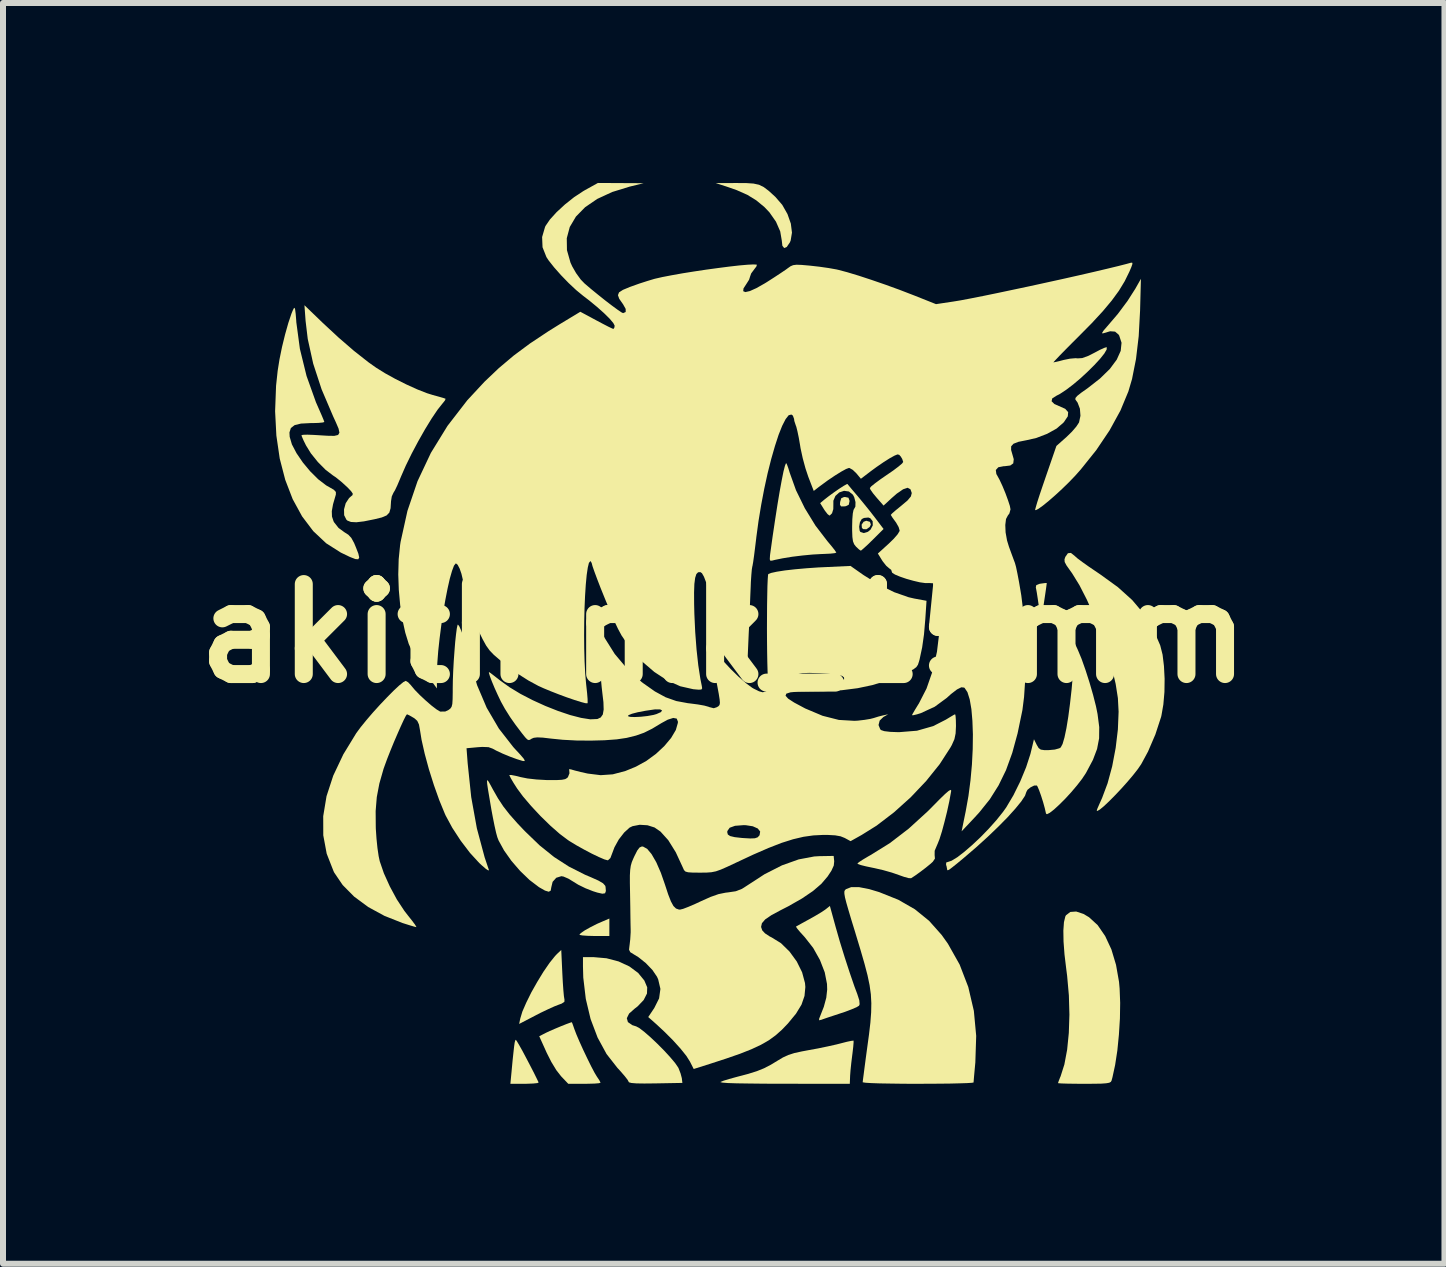
<source format=kicad_pcb>
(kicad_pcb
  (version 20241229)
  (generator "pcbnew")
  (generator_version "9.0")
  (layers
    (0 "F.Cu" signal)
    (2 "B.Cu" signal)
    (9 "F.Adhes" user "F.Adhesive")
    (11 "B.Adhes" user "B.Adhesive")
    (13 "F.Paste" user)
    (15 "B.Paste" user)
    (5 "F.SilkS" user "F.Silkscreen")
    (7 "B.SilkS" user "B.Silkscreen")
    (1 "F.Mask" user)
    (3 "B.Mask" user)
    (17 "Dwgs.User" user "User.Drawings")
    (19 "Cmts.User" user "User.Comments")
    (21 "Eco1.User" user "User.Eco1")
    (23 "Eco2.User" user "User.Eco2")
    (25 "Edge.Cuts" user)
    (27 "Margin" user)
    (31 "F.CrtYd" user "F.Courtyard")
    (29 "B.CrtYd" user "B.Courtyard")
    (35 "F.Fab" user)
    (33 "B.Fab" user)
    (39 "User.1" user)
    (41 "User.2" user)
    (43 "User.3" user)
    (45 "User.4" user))
  (footprint "akithimk_15mm"
    (layer "F.Cu")
    (at 9.014 7.508)
    (property "Reference" "akithimk_15mm" (at 0 0 0) (layer "F.SilkS") (effects (font (size 1.5 1.5) (thickness 0.3))))
    (attr board_only exclude_from_pos_files exclude_from_bom)
    (fp_poly (pts (xy 2.438 -1.859) (xy 2.453 -1.813) (xy 2.433 -1.773) (xy 2.378 -1.735) (xy 2.324 -1.738) (xy 2.304 -1.757) (xy 2.299 -1.812) (xy 2.332 -1.86) (xy 2.377 -1.877)) (stroke (width 0) (type solid)) (fill yes) (layer "F.SilkS"))
    (fp_poly (pts (xy 2.08 -2.261) (xy 2.097 -2.213) (xy 2.097 -2.2) (xy 2.085 -2.144) (xy 2.036 -2.12) (xy 2.014 -2.117) (xy 1.956 -2.116) (xy 1.938 -2.145) (xy 1.941 -2.19) (xy 1.959 -2.252) (xy 2.004 -2.272) (xy 2.024 -2.273)) (stroke (width 0) (type solid)) (fill yes) (layer "F.SilkS"))
    (fp_poly (pts (xy -1.906 4.899) (xy -1.906 5.045) (xy -2.156 5.045) (xy -2.268 5.042) (xy -2.354 5.036) (xy -2.401 5.027) (xy -2.405 5.023) (xy -2.38 4.995) (xy -2.314 4.95) (xy -2.219 4.897) (xy -2.108 4.841) (xy -2.037 4.81) (xy -1.906 4.754)) (stroke (width 0) (type solid)) (fill yes) (layer "F.SilkS"))
    (fp_poly (pts (xy 5.385 -0.84) (xy 5.382 -0.811) (xy 5.372 -0.736) (xy 5.356 -0.627) (xy 5.339 -0.513) (xy 5.29 -0.191) (xy 5.253 -0.455) (xy 5.235 -0.578) (xy 5.219 -0.682) (xy 5.206 -0.751) (xy 5.203 -0.766) (xy 5.21 -0.803) (xy 5.263 -0.825) (xy 5.286 -0.829) (xy 5.352 -0.838) (xy 5.385 -0.84)) (stroke (width 0) (type solid)) (fill yes) (layer "F.SilkS"))
    (fp_poly (pts (xy -3.447 6.8) (xy -3.408 6.866) (xy -3.354 6.962) (xy -3.292 7.079) (xy -3.226 7.205) (xy -3.162 7.329) (xy -3.107 7.441) (xy -3.085 7.487) (xy -3.107 7.497) (xy -3.175 7.504) (xy -3.276 7.508) (xy -3.315 7.509) (xy -3.556 7.509) (xy -3.537 7.311) (xy -3.519 7.119) (xy -3.504 6.978) (xy -3.493 6.88) (xy -3.484 6.819) (xy -3.475 6.787) (xy -3.467 6.776) (xy -3.465 6.775)) (stroke (width 0) (type solid)) (fill yes) (layer "F.SilkS"))
    (fp_poly (pts (xy -2.69 5.668) (xy -2.682 5.817) (xy -2.673 5.947) (xy -2.664 6.046) (xy -2.655 6.102) (xy -2.654 6.106) (xy -2.656 6.143) (xy -2.703 6.173) (xy -2.748 6.189) (xy -2.822 6.218) (xy -2.93 6.267) (xy -3.056 6.327) (xy -3.135 6.368) (xy -3.41 6.511) (xy -3.391 6.42) (xy -3.356 6.304) (xy -3.291 6.155) (xy -3.207 5.985) (xy -3.108 5.81) (xy -3.005 5.641) (xy -2.903 5.493) (xy -2.811 5.378) (xy -2.776 5.342) (xy -2.708 5.278)) (stroke (width 0) (type solid)) (fill yes) (layer "F.SilkS"))
    (fp_poly (pts (xy 0.378 -7.506) (xy 0.497 -7.498) (xy 0.589 -7.478) (xy 0.668 -7.439) (xy 0.75 -7.377) (xy 0.851 -7.285) (xy 0.86 -7.277) (xy 0.976 -7.143) (xy 1.063 -6.99) (xy 1.119 -6.831) (xy 1.138 -6.68) (xy 1.116 -6.548) (xy 1.103 -6.517) (xy 1.051 -6.441) (xy 1.008 -6.423) (xy 0.978 -6.461) (xy 0.968 -6.55) (xy 0.942 -6.701) (xy 0.871 -6.863) (xy 0.761 -7.02) (xy 0.678 -7.107) (xy 0.542 -7.219) (xy 0.394 -7.31) (xy 0.216 -7.389) (xy 0.073 -7.439) (xy -0.132 -7.506) (xy 0.215 -7.507)) (stroke (width 0) (type solid)) (fill yes) (layer "F.SilkS"))
    (fp_poly (pts (xy -2.521 6.507) (xy -2.499 6.569) (xy -2.491 6.592) (xy -2.457 6.682) (xy -2.405 6.804) (xy -2.342 6.943) (xy -2.274 7.086) (xy -2.209 7.218) (xy -2.153 7.324) (xy -2.114 7.389) (xy -2.073 7.45) (xy -2.054 7.488) (xy -2.053 7.491) (xy -2.08 7.499) (xy -2.153 7.505) (xy -2.259 7.508) (xy -2.322 7.509) (xy -2.591 7.509) (xy -2.711 7.383) (xy -2.789 7.283) (xy -2.873 7.145) (xy -2.953 6.987) (xy -2.953 6.986) (xy -3.075 6.716) (xy -2.964 6.659) (xy -2.9 6.629) (xy -2.81 6.59) (xy -2.712 6.549) (xy -2.622 6.513) (xy -2.556 6.489) (xy -2.532 6.482)) (stroke (width 0) (type solid)) (fill yes) (layer "F.SilkS"))
    (fp_poly (pts (xy 1.053 -2.819) (xy 1.076 -2.757) (xy 1.1 -2.679) (xy 1.205 -2.386) (xy 1.352 -2.086) (xy 1.53 -1.796) (xy 1.726 -1.54) (xy 1.797 -1.455) (xy 1.85 -1.388) (xy 1.876 -1.349) (xy 1.877 -1.346) (xy 1.85 -1.337) (xy 1.778 -1.329) (xy 1.673 -1.324) (xy 1.622 -1.322) (xy 1.48 -1.314) (xy 1.313 -1.298) (xy 1.141 -1.277) (xy 0.982 -1.251) (xy 0.855 -1.225) (xy 0.812 -1.214) (xy 0.779 -1.21) (xy 0.768 -1.234) (xy 0.772 -1.3) (xy 0.775 -1.325) (xy 0.816 -1.619) (xy 0.857 -1.894) (xy 0.896 -2.145) (xy 0.933 -2.366) (xy 0.967 -2.551) (xy 0.996 -2.696) (xy 1.021 -2.793) (xy 1.039 -2.838) (xy 1.04 -2.839)) (stroke (width 0) (type solid)) (fill yes) (layer "F.SilkS"))
    (fp_poly (pts (xy 2.165 6.789) (xy 2.165 6.82) (xy 2.159 6.895) (xy 2.147 6.999) (xy 2.143 7.029) (xy 2.127 7.159) (xy 2.114 7.284) (xy 2.107 7.379) (xy 2.107 7.384) (xy 2.102 7.509) (xy 1 7.508) (xy 0.68 7.507) (xy 0.419 7.504) (xy 0.216 7.501) (xy 0.069 7.496) (xy -0.021 7.489) (xy -0.055 7.481) (xy -0.053 7.478) (xy -0.002 7.457) (xy 0.089 7.429) (xy 0.202 7.398) (xy 0.228 7.391) (xy 0.41 7.343) (xy 0.553 7.298) (xy 0.672 7.25) (xy 0.786 7.191) (xy 0.89 7.128) (xy 0.987 7.07) (xy 1.076 7.029) (xy 1.175 6.997) (xy 1.302 6.969) (xy 1.414 6.948) (xy 1.573 6.919) (xy 1.736 6.885) (xy 1.879 6.853) (xy 1.95 6.835) (xy 2.051 6.809) (xy 2.127 6.793) (xy 2.164 6.789)) (stroke (width 0) (type solid)) (fill yes) (layer "F.SilkS"))
    (fp_poly (pts (xy 1.865 4.89) (xy 1.935 5.135) (xy 2.016 5.397) (xy 2.1 5.655) (xy 2.18 5.888) (xy 2.226 6.01) (xy 2.26 6.116) (xy 2.266 6.182) (xy 2.256 6.207) (xy 2.215 6.232) (xy 2.133 6.267) (xy 2.023 6.309) (xy 1.956 6.331) (xy 1.832 6.372) (xy 1.726 6.407) (xy 1.651 6.433) (xy 1.63 6.441) (xy 1.59 6.45) (xy 1.592 6.42) (xy 1.598 6.406) (xy 1.669 6.225) (xy 1.71 6.074) (xy 1.725 5.938) (xy 1.722 5.844) (xy 1.684 5.65) (xy 1.604 5.444) (xy 1.491 5.243) (xy 1.353 5.067) (xy 1.346 5.059) (xy 1.275 4.981) (xy 1.225 4.921) (xy 1.205 4.89) (xy 1.205 4.888) (xy 1.235 4.871) (xy 1.303 4.833) (xy 1.396 4.782) (xy 1.422 4.768) (xy 1.53 4.707) (xy 1.627 4.649) (xy 1.693 4.605) (xy 1.698 4.601) (xy 1.77 4.544)) (stroke (width 0) (type solid)) (fill yes) (layer "F.SilkS"))
    (fp_poly (pts (xy 3.792 2.618) (xy 3.791 2.634) (xy 3.761 2.798) (xy 3.723 2.973) (xy 3.68 3.145) (xy 3.638 3.301) (xy 3.598 3.428) (xy 3.565 3.511) (xy 3.563 3.515) (xy 3.517 3.624) (xy 3.516 3.701) (xy 3.517 3.704) (xy 3.521 3.755) (xy 3.486 3.807) (xy 3.449 3.841) (xy 3.368 3.907) (xy 3.276 3.977) (xy 3.191 4.038) (xy 3.13 4.078) (xy 3.124 4.082) (xy 3.083 4.08) (xy 3.006 4.059) (xy 2.918 4.028) (xy 2.803 3.988) (xy 2.658 3.947) (xy 2.511 3.913) (xy 2.486 3.908) (xy 2.372 3.884) (xy 2.284 3.862) (xy 2.235 3.844) (xy 2.229 3.838) (xy 2.253 3.815) (xy 2.317 3.773) (xy 2.409 3.718) (xy 2.45 3.695) (xy 2.769 3.497) (xy 3.082 3.257) (xy 3.398 2.969) (xy 3.479 2.888) (xy 3.602 2.763) (xy 3.69 2.678) (xy 3.748 2.628) (xy 3.78 2.609)) (stroke (width 0) (type solid)) (fill yes) (layer "F.SilkS"))
    (fp_poly (pts (xy 5.997 4.677) (xy 6.09 4.732) (xy 6.234 4.864) (xy 6.359 5.046) (xy 6.463 5.269) (xy 6.54 5.526) (xy 6.59 5.81) (xy 6.6 5.922) (xy 6.609 6.159) (xy 6.605 6.42) (xy 6.588 6.69) (xy 6.562 6.954) (xy 6.525 7.195) (xy 6.481 7.398) (xy 6.465 7.457) (xy 6.453 7.477) (xy 6.427 7.491) (xy 6.377 7.5) (xy 6.294 7.506) (xy 6.17 7.508) (xy 6.011 7.509) (xy 5.858 7.508) (xy 5.728 7.506) (xy 5.632 7.503) (xy 5.58 7.499) (xy 5.573 7.497) (xy 5.583 7.466) (xy 5.608 7.402) (xy 5.616 7.384) (xy 5.679 7.186) (xy 5.725 6.941) (xy 5.753 6.661) (xy 5.763 6.356) (xy 5.754 6.035) (xy 5.725 5.71) (xy 5.71 5.593) (xy 5.681 5.352) (xy 5.665 5.137) (xy 5.662 4.955) (xy 5.672 4.814) (xy 5.695 4.719) (xy 5.706 4.699) (xy 5.778 4.644) (xy 5.876 4.637)) (stroke (width 0) (type solid)) (fill yes) (layer "F.SilkS"))
    (fp_poly (pts (xy -1.954 5.416) (xy -1.752 5.469) (xy -1.573 5.552) (xy -1.427 5.66) (xy -1.323 5.787) (xy -1.275 5.901) (xy -1.279 6.004) (xy -1.334 6.112) (xy -1.435 6.218) (xy -1.483 6.255) (xy -1.577 6.338) (xy -1.615 6.415) (xy -1.597 6.48) (xy -1.524 6.531) (xy -1.458 6.552) (xy -1.403 6.582) (xy -1.319 6.647) (xy -1.216 6.737) (xy -1.104 6.843) (xy -0.993 6.955) (xy -0.892 7.065) (xy -0.811 7.161) (xy -0.76 7.235) (xy -0.753 7.248) (xy -0.719 7.336) (xy -0.698 7.415) (xy -0.697 7.424) (xy -0.689 7.494) (xy -1.137 7.502) (xy -1.323 7.504) (xy -1.455 7.502) (xy -1.539 7.495) (xy -1.579 7.484) (xy -1.584 7.476) (xy -1.603 7.441) (xy -1.654 7.376) (xy -1.728 7.291) (xy -1.773 7.242) (xy -1.953 7.012) (xy -2.102 6.738) (xy -2.219 6.429) (xy -2.299 6.093) (xy -2.341 5.738) (xy -2.346 5.552) (xy -2.346 5.397) (xy -2.172 5.397)) (stroke (width 0) (type solid)) (fill yes) (layer "F.SilkS"))
    (fp_poly (pts (xy -3.92 2.47) (xy -3.89 2.523) (xy -3.849 2.599) (xy -3.763 2.75) (xy -3.674 2.885) (xy -3.57 3.018) (xy -3.441 3.164) (xy -3.317 3.295) (xy -3.069 3.534) (xy -2.828 3.728) (xy -2.58 3.888) (xy -2.311 4.024) (xy -2.214 4.065) (xy -2.089 4.121) (xy -2.012 4.166) (xy -1.976 4.206) (xy -1.97 4.223) (xy -1.964 4.295) (xy -1.978 4.333) (xy -2.023 4.34) (xy -2.107 4.321) (xy -2.177 4.299) (xy -2.302 4.25) (xy -2.425 4.19) (xy -2.504 4.141) (xy -2.591 4.088) (xy -2.671 4.054) (xy -2.706 4.048) (xy -2.791 4.074) (xy -2.852 4.142) (xy -2.874 4.233) (xy -2.884 4.289) (xy -2.916 4.307) (xy -2.979 4.288) (xy -3.079 4.231) (xy -3.083 4.228) (xy -3.237 4.111) (xy -3.393 3.961) (xy -3.539 3.792) (xy -3.662 3.618) (xy -3.752 3.454) (xy -3.774 3.397) (xy -3.794 3.324) (xy -3.82 3.209) (xy -3.848 3.069) (xy -3.872 2.941) (xy -3.905 2.745) (xy -3.929 2.603) (xy -3.943 2.508) (xy -3.946 2.458) (xy -3.939 2.447)) (stroke (width 0) (type solid)) (fill yes) (layer "F.SilkS"))
    (fp_poly (pts (xy 2.424 4.263) (xy 2.591 4.313) (xy 2.911 4.441) (xy 3.186 4.599) (xy 3.424 4.792) (xy 3.633 5.027) (xy 3.737 5.173) (xy 3.933 5.521) (xy 4.077 5.895) (xy 4.17 6.293) (xy 4.209 6.71) (xy 4.195 7.143) (xy 4.195 7.149) (xy 4.183 7.28) (xy 4.173 7.389) (xy 4.167 7.462) (xy 4.165 7.487) (xy 4.137 7.492) (xy 4.057 7.497) (xy 3.932 7.501) (xy 3.77 7.505) (xy 3.577 7.507) (xy 3.361 7.508) (xy 3.241 7.509) (xy 2.997 7.508) (xy 2.781 7.505) (xy 2.6 7.502) (xy 2.459 7.497) (xy 2.364 7.491) (xy 2.319 7.484) (xy 2.317 7.482) (xy 2.321 7.445) (xy 2.332 7.361) (xy 2.348 7.237) (xy 2.368 7.085) (xy 2.39 6.922) (xy 2.422 6.688) (xy 2.445 6.49) (xy 2.458 6.319) (xy 2.461 6.165) (xy 2.453 6.017) (xy 2.432 5.865) (xy 2.397 5.698) (xy 2.347 5.507) (xy 2.282 5.282) (xy 2.2 5.011) (xy 2.194 4.99) (xy 2.128 4.776) (xy 2.079 4.611) (xy 2.044 4.489) (xy 2.022 4.402) (xy 2.012 4.343) (xy 2.011 4.305) (xy 2.02 4.282) (xy 2.035 4.267) (xy 2.039 4.264) (xy 2.126 4.23) (xy 2.254 4.23)) (stroke (width 0) (type solid)) (fill yes) (layer "F.SilkS"))
    (fp_poly (pts (xy 5.852 -1.29) (xy 5.854 -1.288) (xy 5.897 -1.25) (xy 5.98 -1.188) (xy 6.091 -1.109) (xy 6.221 -1.021) (xy 6.277 -0.983) (xy 6.57 -0.771) (xy 6.81 -0.555) (xy 7.003 -0.327) (xy 7.156 -0.079) (xy 7.274 0.194) (xy 7.278 0.205) (xy 7.316 0.355) (xy 7.339 0.545) (xy 7.35 0.758) (xy 7.347 0.977) (xy 7.329 1.185) (xy 7.298 1.364) (xy 7.292 1.391) (xy 7.196 1.685) (xy 7.073 1.971) (xy 6.96 2.18) (xy 6.903 2.263) (xy 6.824 2.364) (xy 6.73 2.475) (xy 6.628 2.589) (xy 6.523 2.7) (xy 6.425 2.799) (xy 6.338 2.881) (xy 6.27 2.937) (xy 6.228 2.961) (xy 6.218 2.953) (xy 6.229 2.922) (xy 6.259 2.853) (xy 6.301 2.759) (xy 6.307 2.746) (xy 6.399 2.5) (xy 6.476 2.216) (xy 6.534 1.91) (xy 6.571 1.601) (xy 6.583 1.306) (xy 6.571 1.079) (xy 6.534 0.843) (xy 6.471 0.575) (xy 6.387 0.289) (xy 6.286 -0.005) (xy 6.173 -0.293) (xy 6.053 -0.563) (xy 5.93 -0.803) (xy 5.808 -1.001) (xy 5.775 -1.047) (xy 5.714 -1.133) (xy 5.684 -1.19) (xy 5.681 -1.234) (xy 5.695 -1.275) (xy 5.738 -1.336) (xy 5.788 -1.341)) (stroke (width 0) (type solid)) (fill yes) (layer "F.SilkS"))
    (fp_poly (pts (xy 6.941 -5.382) (xy 6.918 -4.954) (xy 6.873 -4.573) (xy 6.807 -4.24) (xy 6.746 -4.033) (xy 6.614 -3.715) (xy 6.433 -3.385) (xy 6.211 -3.055) (xy 5.953 -2.733) (xy 5.857 -2.625) (xy 5.753 -2.517) (xy 5.64 -2.407) (xy 5.526 -2.302) (xy 5.417 -2.207) (xy 5.322 -2.13) (xy 5.248 -2.077) (xy 5.202 -2.053) (xy 5.191 -2.059) (xy 5.201 -2.098) (xy 5.226 -2.184) (xy 5.265 -2.305) (xy 5.315 -2.453) (xy 5.369 -2.611) (xy 5.546 -3.124) (xy 5.717 -3.276) (xy 5.805 -3.362) (xy 5.878 -3.447) (xy 5.922 -3.514) (xy 5.924 -3.519) (xy 5.947 -3.627) (xy 5.938 -3.745) (xy 5.9 -3.845) (xy 5.881 -3.872) (xy 5.862 -3.898) (xy 5.864 -3.924) (xy 5.894 -3.959) (xy 5.958 -4.01) (xy 6.063 -4.084) (xy 6.272 -4.247) (xy 6.436 -4.407) (xy 6.552 -4.563) (xy 6.618 -4.709) (xy 6.632 -4.844) (xy 6.593 -4.964) (xy 6.581 -4.982) (xy 6.524 -5.03) (xy 6.442 -5.036) (xy 6.326 -5.002) (xy 6.321 -5) (xy 6.306 -5.005) (xy 6.331 -5.046) (xy 6.393 -5.118) (xy 6.395 -5.12) (xy 6.571 -5.326) (xy 6.732 -5.542) (xy 6.863 -5.747) (xy 6.865 -5.751) (xy 6.955 -5.91)) (stroke (width 0) (type solid)) (fill yes) (layer "F.SilkS"))
    (fp_poly (pts (xy 2.084 -2.464) (xy 2.134 -2.404) (xy 2.204 -2.322) (xy 2.233 -2.288) (xy 2.331 -2.169) (xy 2.437 -2.038) (xy 2.527 -1.922) (xy 2.53 -1.918) (xy 2.665 -1.74) (xy 2.483 -1.559) (xy 2.4 -1.478) (xy 2.332 -1.416) (xy 2.292 -1.382) (xy 2.285 -1.379) (xy 2.256 -1.398) (xy 2.207 -1.444) (xy 2.205 -1.446) (xy 2.174 -1.486) (xy 2.155 -1.535) (xy 2.145 -1.607) (xy 2.141 -1.717) (xy 2.141 -1.778) (xy 2.258 -1.778) (xy 2.266 -1.712) (xy 2.278 -1.691) (xy 2.334 -1.672) (xy 2.404 -1.693) (xy 2.447 -1.728) (xy 2.485 -1.8) (xy 2.483 -1.87) (xy 2.444 -1.919) (xy 2.411 -1.931) (xy 2.339 -1.924) (xy 2.301 -1.905) (xy 2.271 -1.853) (xy 2.258 -1.778) (xy 2.141 -1.778) (xy 2.141 -1.782) (xy 2.144 -1.902) (xy 2.152 -1.998) (xy 2.164 -2.057) (xy 2.17 -2.068) (xy 2.195 -2.113) (xy 2.197 -2.188) (xy 2.176 -2.269) (xy 2.154 -2.311) (xy 2.087 -2.365) (xy 2.006 -2.376) (xy 1.926 -2.349) (xy 1.862 -2.291) (xy 1.828 -2.211) (xy 1.828 -2.156) (xy 1.827 -2.071) (xy 1.806 -2.002) (xy 1.77 -1.966) (xy 1.761 -1.965) (xy 1.731 -1.988) (xy 1.687 -2.045) (xy 1.672 -2.068) (xy 1.608 -2.171) (xy 1.676 -2.228) (xy 1.749 -2.285) (xy 1.835 -2.348) (xy 1.923 -2.409) (xy 1.999 -2.458) (xy 2.049 -2.486) (xy 2.063 -2.49)) (stroke (width 0) (type solid)) (fill yes) (layer "F.SilkS"))
    (fp_poly (pts (xy -7.144 -5.398) (xy -7.135 -5.326) (xy -7.125 -5.203) (xy -7.125 -5.191) (xy -7.065 -4.743) (xy -6.954 -4.291) (xy -6.797 -3.852) (xy -6.747 -3.738) (xy -6.704 -3.64) (xy -6.672 -3.564) (xy -6.658 -3.525) (xy -6.658 -3.523) (xy -6.685 -3.515) (xy -6.757 -3.508) (xy -6.859 -3.505) (xy -6.89 -3.505) (xy -7.047 -3.497) (xy -7.153 -3.471) (xy -7.215 -3.423) (xy -7.239 -3.349) (xy -7.235 -3.276) (xy -7.198 -3.15) (xy -7.121 -3.003) (xy -7.016 -2.849) (xy -6.892 -2.7) (xy -6.759 -2.568) (xy -6.627 -2.467) (xy -6.574 -2.437) (xy -6.498 -2.393) (xy -6.465 -2.357) (xy -6.465 -2.316) (xy -6.467 -2.308) (xy -6.512 -2.153) (xy -6.533 -2.037) (xy -6.53 -1.947) (xy -6.504 -1.869) (xy -6.496 -1.853) (xy -6.42 -1.757) (xy -6.323 -1.686) (xy -6.257 -1.644) (xy -6.207 -1.59) (xy -6.161 -1.506) (xy -6.129 -1.429) (xy -6.09 -1.328) (xy -6.076 -1.264) (xy -6.092 -1.235) (xy -6.143 -1.239) (xy -6.234 -1.275) (xy -6.371 -1.341) (xy -6.385 -1.348) (xy -6.627 -1.502) (xy -6.842 -1.704) (xy -7.028 -1.95) (xy -7.185 -2.237) (xy -7.309 -2.559) (xy -7.401 -2.914) (xy -7.457 -3.297) (xy -7.478 -3.703) (xy -7.462 -4.128) (xy -7.435 -4.379) (xy -7.405 -4.567) (xy -7.363 -4.773) (xy -7.312 -4.981) (xy -7.258 -5.173) (xy -7.205 -5.331) (xy -7.184 -5.382) (xy -7.166 -5.419) (xy -7.153 -5.427)) (stroke (width 0) (type solid)) (fill yes) (layer "F.SilkS"))
    (fp_poly (pts (xy -6.684 -5.176) (xy -6.419 -4.93) (xy -6.162 -4.708) (xy -5.923 -4.52) (xy -5.793 -4.428) (xy -5.647 -4.337) (xy -5.473 -4.241) (xy -5.287 -4.148) (xy -5.106 -4.066) (xy -4.945 -4.003) (xy -4.852 -3.974) (xy -4.75 -3.946) (xy -4.674 -3.924) (xy -4.637 -3.911) (xy -4.637 -3.91) (xy -4.645 -3.885) (xy -4.683 -3.837) (xy -4.685 -3.835) (xy -4.769 -3.729) (xy -4.869 -3.581) (xy -4.978 -3.403) (xy -5.091 -3.204) (xy -5.2 -2.999) (xy -5.299 -2.797) (xy -5.38 -2.612) (xy -5.399 -2.566) (xy -5.441 -2.467) (xy -5.48 -2.385) (xy -5.505 -2.344) (xy -5.533 -2.283) (xy -5.546 -2.201) (xy -5.546 -2.197) (xy -5.553 -2.086) (xy -5.574 -2.013) (xy -5.619 -1.966) (xy -5.7 -1.932) (xy -5.823 -1.902) (xy -5.997 -1.867) (xy -6.124 -1.852) (xy -6.214 -1.857) (xy -6.273 -1.88) (xy -6.289 -1.894) (xy -6.327 -1.969) (xy -6.329 -2.068) (xy -6.301 -2.17) (xy -6.245 -2.255) (xy -6.216 -2.281) (xy -6.187 -2.305) (xy -6.184 -2.331) (xy -6.212 -2.371) (xy -6.276 -2.438) (xy -6.284 -2.445) (xy -6.373 -2.526) (xy -6.466 -2.601) (xy -6.514 -2.633) (xy -6.637 -2.727) (xy -6.765 -2.856) (xy -6.881 -3) (xy -6.963 -3.133) (xy -7.005 -3.218) (xy -7.032 -3.281) (xy -7.039 -3.303) (xy -7.012 -3.31) (xy -6.939 -3.312) (xy -6.834 -3.308) (xy -6.768 -3.304) (xy -6.604 -3.294) (xy -6.492 -3.292) (xy -6.428 -3.307) (xy -6.406 -3.345) (xy -6.42 -3.413) (xy -6.465 -3.518) (xy -6.511 -3.618) (xy -6.703 -4.068) (xy -6.843 -4.496) (xy -6.934 -4.908) (xy -6.97 -5.21) (xy -6.989 -5.47)) (stroke (width 0) (type solid)) (fill yes) (layer "F.SilkS"))
    (fp_poly (pts (xy 5.905 0.279) (xy 5.966 0.426) (xy 6.032 0.613) (xy 6.098 0.819) (xy 6.158 1.027) (xy 6.206 1.216) (xy 6.232 1.345) (xy 6.26 1.562) (xy 6.258 1.75) (xy 6.224 1.927) (xy 6.155 2.109) (xy 6.046 2.314) (xy 6.036 2.332) (xy 5.972 2.428) (xy 5.889 2.535) (xy 5.794 2.647) (xy 5.694 2.756) (xy 5.596 2.854) (xy 5.508 2.935) (xy 5.436 2.991) (xy 5.389 3.015) (xy 5.373 3.005) (xy 5.353 2.917) (xy 5.324 2.812) (xy 5.29 2.705) (xy 5.257 2.613) (xy 5.23 2.551) (xy 5.219 2.536) (xy 5.175 2.537) (xy 5.115 2.567) (xy 5.064 2.608) (xy 5.045 2.644) (xy 5.023 2.707) (xy 4.96 2.802) (xy 4.861 2.923) (xy 4.732 3.066) (xy 4.576 3.224) (xy 4.4 3.393) (xy 4.207 3.568) (xy 4.004 3.742) (xy 3.887 3.839) (xy 3.808 3.902) (xy 3.76 3.938) (xy 3.735 3.95) (xy 3.726 3.944) (xy 3.725 3.936) (xy 3.715 3.883) (xy 3.707 3.859) (xy 3.709 3.82) (xy 3.73 3.813) (xy 3.797 3.791) (xy 3.894 3.732) (xy 4.012 3.641) (xy 4.144 3.527) (xy 4.282 3.397) (xy 4.418 3.257) (xy 4.545 3.115) (xy 4.654 2.979) (xy 4.709 2.902) (xy 4.829 2.7) (xy 4.943 2.469) (xy 5.041 2.232) (xy 5.113 2.01) (xy 5.124 1.965) (xy 5.172 1.765) (xy 5.218 1.858) (xy 5.25 1.912) (xy 5.286 1.938) (xy 5.347 1.947) (xy 5.422 1.946) (xy 5.52 1.937) (xy 5.595 1.916) (xy 5.618 1.902) (xy 5.649 1.844) (xy 5.681 1.734) (xy 5.713 1.581) (xy 5.744 1.391) (xy 5.773 1.171) (xy 5.8 0.93) (xy 5.822 0.674) (xy 5.84 0.411) (xy 5.845 0.308) (xy 5.851 0.161)) (stroke (width 0) (type solid)) (fill yes) (layer "F.SilkS"))
    (fp_poly (pts (xy -1.345 3.554) (xy -1.276 3.592) (xy -1.202 3.681) (xy -1.124 3.816) (xy -1.048 3.99) (xy -0.981 4.182) (xy -0.926 4.35) (xy -0.88 4.468) (xy -0.838 4.545) (xy -0.795 4.587) (xy -0.747 4.604) (xy -0.728 4.605) (xy -0.678 4.593) (xy -0.589 4.559) (xy -0.475 4.51) (xy -0.385 4.468) (xy -0.22 4.394) (xy -0.087 4.347) (xy 0.03 4.323) (xy 0.073 4.318) (xy 0.201 4.299) (xy 0.304 4.259) (xy 0.381 4.21) (xy 0.681 4.015) (xy 0.972 3.867) (xy 1.25 3.768) (xy 1.51 3.719) (xy 1.598 3.714) (xy 1.833 3.71) (xy 1.842 3.799) (xy 1.835 3.87) (xy 1.796 3.956) (xy 1.732 4.053) (xy 1.627 4.176) (xy 1.487 4.296) (xy 1.306 4.419) (xy 1.078 4.549) (xy 0.945 4.617) (xy 0.793 4.699) (xy 0.691 4.769) (xy 0.637 4.832) (xy 0.623 4.894) (xy 0.643 4.952) (xy 0.689 5.001) (xy 0.766 5.052) (xy 0.8 5.069) (xy 0.955 5.165) (xy 1.097 5.304) (xy 1.218 5.47) (xy 1.307 5.65) (xy 1.355 5.828) (xy 1.361 5.895) (xy 1.347 6.044) (xy 1.297 6.189) (xy 1.205 6.34) (xy 1.07 6.504) (xy 0.968 6.61) (xy 0.864 6.702) (xy 0.751 6.784) (xy 0.62 6.859) (xy 0.464 6.932) (xy 0.275 7.007) (xy 0.045 7.087) (xy -0.228 7.176) (xy -0.5 7.262) (xy -0.563 7.138) (xy -0.623 7.043) (xy -0.721 6.921) (xy -0.846 6.783) (xy -0.991 6.638) (xy -1.12 6.518) (xy -1.258 6.396) (xy -1.157 6.245) (xy -1.077 6.085) (xy -1.055 5.927) (xy -1.092 5.769) (xy -1.112 5.724) (xy -1.188 5.612) (xy -1.298 5.497) (xy -1.422 5.398) (xy -1.497 5.352) (xy -1.557 5.315) (xy -1.578 5.274) (xy -1.57 5.202) (xy -1.569 5.197) (xy -1.558 5.101) (xy -1.551 4.984) (xy -1.551 4.935) (xy -1.553 4.85) (xy -1.555 4.721) (xy -1.557 4.565) (xy -1.56 4.395) (xy -1.561 4.334) (xy -1.564 4.161) (xy -1.564 4.035) (xy -1.559 3.944) (xy -1.549 3.874) (xy -1.532 3.814) (xy -1.506 3.752) (xy -1.489 3.715) (xy -1.441 3.62) (xy -1.403 3.57) (xy -1.366 3.553)) (stroke (width 0) (type solid)) (fill yes) (layer "F.SilkS"))
    (fp_poly (pts (xy -4.409 -0.12) (xy -4.376 -0.047) (xy -4.337 0.061) (xy -4.296 0.192) (xy -4.257 0.337) (xy -4.225 0.469) (xy -4.111 0.864) (xy -3.951 1.24) (xy -3.748 1.587) (xy -3.508 1.895) (xy -3.479 1.927) (xy -3.389 2.024) (xy -3.336 2.086) (xy -3.316 2.119) (xy -3.325 2.13) (xy -3.359 2.125) (xy -3.361 2.124) (xy -3.448 2.097) (xy -3.563 2.055) (xy -3.684 2.005) (xy -3.789 1.956) (xy -3.854 1.921) (xy -3.921 1.897) (xy -4.026 1.893) (xy -4.101 1.898) (xy -4.287 1.915) (xy -4.268 2.167) (xy -4.209 2.729) (xy -4.115 3.249) (xy -3.985 3.734) (xy -3.914 3.945) (xy -3.923 3.953) (xy -3.966 3.925) (xy -4.034 3.866) (xy -4.075 3.828) (xy -4.229 3.66) (xy -4.383 3.458) (xy -4.524 3.242) (xy -4.636 3.035) (xy -4.649 3.006) (xy -4.741 2.782) (xy -4.831 2.529) (xy -4.914 2.266) (xy -4.984 2.008) (xy -5.037 1.773) (xy -5.062 1.618) (xy -5.08 1.519) (xy -5.108 1.459) (xy -5.157 1.415) (xy -5.174 1.405) (xy -5.238 1.368) (xy -5.277 1.35) (xy -5.28 1.349) (xy -5.299 1.375) (xy -5.334 1.444) (xy -5.382 1.548) (xy -5.438 1.675) (xy -5.498 1.814) (xy -5.556 1.956) (xy -5.609 2.09) (xy -5.651 2.205) (xy -5.67 2.258) (xy -5.74 2.503) (xy -5.783 2.729) (xy -5.802 2.962) (xy -5.8 3.224) (xy -5.799 3.26) (xy -5.788 3.42) (xy -5.772 3.578) (xy -5.752 3.714) (xy -5.734 3.798) (xy -5.665 3.999) (xy -5.566 4.218) (xy -5.449 4.435) (xy -5.324 4.625) (xy -5.266 4.7) (xy -5.196 4.788) (xy -5.146 4.855) (xy -5.124 4.892) (xy -5.125 4.897) (xy -5.162 4.888) (xy -5.239 4.865) (xy -5.34 4.833) (xy -5.353 4.829) (xy -5.654 4.71) (xy -5.926 4.562) (xy -6.161 4.388) (xy -6.352 4.195) (xy -6.493 3.987) (xy -6.504 3.964) (xy -6.618 3.673) (xy -6.675 3.367) (xy -6.676 3.047) (xy -6.621 2.715) (xy -6.509 2.372) (xy -6.341 2.017) (xy -6.125 1.663) (xy -6.051 1.563) (xy -5.955 1.445) (xy -5.846 1.318) (xy -5.729 1.189) (xy -5.612 1.066) (xy -5.504 0.957) (xy -5.411 0.87) (xy -5.34 0.812) (xy -5.301 0.792) (xy -5.261 0.815) (xy -5.211 0.868) (xy -5.206 0.875) (xy -5.147 0.945) (xy -5.063 1.031) (xy -4.965 1.122) (xy -4.869 1.205) (xy -4.785 1.269) (xy -4.728 1.303) (xy -4.724 1.304) (xy -4.642 1.303) (xy -4.589 1.278) (xy -4.557 1.254) (xy -4.536 1.224) (xy -4.524 1.177) (xy -4.519 1.099) (xy -4.517 0.98) (xy -4.517 0.916) (xy -4.515 0.78) (xy -4.509 0.625) (xy -4.5 0.461) (xy -4.488 0.297) (xy -4.476 0.145) (xy -4.462 0.015) (xy -4.449 -0.083) (xy -4.437 -0.138) (xy -4.431 -0.147)) (stroke (width 0) (type solid)) (fill yes) (layer "F.SilkS"))
    (fp_poly (pts (xy 2.332 -0.971) (xy 2.588 -0.811) (xy 2.843 -0.686) (xy 3.083 -0.602) (xy 3.179 -0.58) (xy 3.381 -0.543) (xy 3.361 -0.241) (xy 3.339 0.017) (xy 3.308 0.235) (xy 3.265 0.436) (xy 3.255 0.471) (xy 3.238 0.523) (xy 3.211 0.563) (xy 3.163 0.599) (xy 3.083 0.64) (xy 2.969 0.69) (xy 2.72 0.788) (xy 2.48 0.862) (xy 2.234 0.914) (xy 1.968 0.948) (xy 1.669 0.965) (xy 1.425 0.968) (xy 1.241 0.971) (xy 1.113 0.983) (xy 1.044 1.005) (xy 1.031 1.04) (xy 1.074 1.088) (xy 1.174 1.153) (xy 1.329 1.236) (xy 1.359 1.252) (xy 1.648 1.374) (xy 1.92 1.443) (xy 2.179 1.458) (xy 2.235 1.455) (xy 2.347 1.442) (xy 2.444 1.426) (xy 2.499 1.412) (xy 2.579 1.387) (xy 2.654 1.368) (xy 2.742 1.349) (xy 2.662 1.394) (xy 2.6 1.454) (xy 2.581 1.528) (xy 2.609 1.598) (xy 2.623 1.612) (xy 2.676 1.63) (xy 2.775 1.642) (xy 2.911 1.647) (xy 2.924 1.647) (xy 3.222 1.623) (xy 3.492 1.546) (xy 3.704 1.438) (xy 3.783 1.39) (xy 3.839 1.357) (xy 3.858 1.349) (xy 3.865 1.376) (xy 3.87 1.446) (xy 3.872 1.545) (xy 3.872 1.545) (xy 3.866 1.668) (xy 3.846 1.764) (xy 3.802 1.863) (xy 3.779 1.904) (xy 3.6 2.181) (xy 3.375 2.461) (xy 3.117 2.733) (xy 2.838 2.984) (xy 2.549 3.205) (xy 2.299 3.361) (xy 2.115 3.464) (xy 2.018 3.411) (xy 1.948 3.383) (xy 1.858 3.367) (xy 1.731 3.36) (xy 1.657 3.36) (xy 1.495 3.368) (xy 1.331 3.391) (xy 1.157 3.432) (xy 0.964 3.493) (xy 0.746 3.578) (xy 0.493 3.688) (xy 0.2 3.825) (xy 0.057 3.892) (xy -0.048 3.938) (xy -0.13 3.967) (xy -0.205 3.982) (xy -0.287 3.988) (xy -0.392 3.989) (xy -0.395 3.989) (xy -0.517 3.988) (xy -0.593 3.983) (xy -0.637 3.971) (xy -0.662 3.946) (xy -0.679 3.908) (xy -0.799 3.649) (xy -0.924 3.448) (xy -1.044 3.315) (xy 0.059 3.315) (xy 0.069 3.353) (xy 0.107 3.379) (xy 0.183 3.397) (xy 0.306 3.411) (xy 0.323 3.412) (xy 0.443 3.419) (xy 0.52 3.416) (xy 0.566 3.4) (xy 0.595 3.369) (xy 0.598 3.364) (xy 0.608 3.304) (xy 0.568 3.253) (xy 0.485 3.216) (xy 0.369 3.198) (xy 0.332 3.197) (xy 0.189 3.208) (xy 0.1 3.24) (xy 0.061 3.295) (xy 0.059 3.315) (xy -1.044 3.315) (xy -1.053 3.305) (xy -1.153 3.236) (xy -1.27 3.199) (xy -1.4 3.191) (xy -1.519 3.214) (xy -1.569 3.238) (xy -1.659 3.32) (xy -1.749 3.436) (xy -1.821 3.566) (xy -1.856 3.659) (xy -1.889 3.746) (xy -1.928 3.782) (xy -1.935 3.783) (xy -1.989 3.768) (xy -2.08 3.729) (xy -2.197 3.673) (xy -2.326 3.605) (xy -2.455 3.533) (xy -2.572 3.462) (xy -2.596 3.446) (xy -2.733 3.343) (xy -2.89 3.205) (xy -3.053 3.046) (xy -3.21 2.878) (xy -3.347 2.717) (xy -3.443 2.587) (xy -3.505 2.49) (xy -3.55 2.413) (xy -3.572 2.368) (xy -3.573 2.361) (xy -3.541 2.361) (xy -3.469 2.375) (xy -3.386 2.396) (xy -3.27 2.419) (xy -3.119 2.436) (xy -2.96 2.445) (xy -2.923 2.446) (xy -2.787 2.446) (xy -2.698 2.441) (xy -2.642 2.43) (xy -2.609 2.41) (xy -2.596 2.395) (xy -2.571 2.333) (xy -2.574 2.294) (xy -2.577 2.263) (xy -2.54 2.269) (xy -2.535 2.271) (xy -2.479 2.287) (xy -2.385 2.311) (xy -2.273 2.336) (xy -2.261 2.338) (xy -2.051 2.364) (xy -1.849 2.35) (xy -1.638 2.294) (xy -1.463 2.222) (xy -1.292 2.128) (xy -1.132 2.011) (xy -0.991 1.88) (xy -0.877 1.744) (xy -0.798 1.611) (xy -0.764 1.492) (xy -0.763 1.472) (xy -0.783 1.421) (xy -0.841 1.41) (xy -0.933 1.439) (xy -1.036 1.495) (xy -1.194 1.59) (xy -1.329 1.657) (xy -1.462 1.704) (xy -1.616 1.742) (xy -1.621 1.743) (xy -1.783 1.767) (xy -1.987 1.782) (xy -2.215 1.788) (xy -2.453 1.786) (xy -2.682 1.774) (xy -2.881 1.754) (xy -3.016 1.738) (xy -3.107 1.734) (xy -3.167 1.741) (xy -3.202 1.756) (xy -3.229 1.773) (xy -3.25 1.779) (xy -3.275 1.768) (xy -3.309 1.733) (xy -3.362 1.667) (xy -3.44 1.564) (xy -3.471 1.523) (xy -3.559 1.398) (xy -3.647 1.258) (xy -3.713 1.139) (xy -3.767 1.026) (xy -3.82 0.909) (xy -3.865 0.801) (xy -3.898 0.713) (xy -3.914 0.658) (xy -3.913 0.645) (xy -3.886 0.662) (xy -3.826 0.708) (xy -3.744 0.772) (xy -3.725 0.787) (xy -3.57 0.898) (xy -3.387 1.009) (xy -3.184 1.114) (xy -2.973 1.21) (xy -2.761 1.294) (xy -2.559 1.362) (xy -2.377 1.409) (xy -2.224 1.433) (xy -2.11 1.428) (xy -2.103 1.427) (xy -2.049 1.401) (xy -2.035 1.38) (xy -1.597 1.38) (xy -1.561 1.392) (xy -1.483 1.395) (xy -1.381 1.39) (xy -1.272 1.378) (xy -1.172 1.36) (xy -1.122 1.346) (xy -1.047 1.313) (xy -1.027 1.285) (xy -1.059 1.268) (xy -1.141 1.267) (xy -1.166 1.27) (xy -1.308 1.291) (xy -1.433 1.315) (xy -1.529 1.34) (xy -1.587 1.364) (xy -1.597 1.38) (xy -2.035 1.38) (xy -2.015 1.352) (xy -2.001 1.27) (xy -2.005 1.147) (xy -2.023 0.994) (xy -2.034 0.897) (xy -2.046 0.768) (xy -2.058 0.617) (xy -2.07 0.457) (xy -2.08 0.297) (xy -2.089 0.15) (xy -2.095 0.025) (xy -2.097 -0.065) (xy -2.095 -0.11) (xy -2.094 -0.112) (xy -2.079 -0.093) (xy -2.043 -0.033) (xy -1.995 0.055) (xy -1.982 0.08) (xy -1.816 0.344) (xy -1.606 0.593) (xy -1.368 0.811) (xy -1.343 0.83) (xy -1.147 0.968) (xy -0.969 1.065) (xy -0.791 1.128) (xy -0.597 1.164) (xy -0.554 1.169) (xy -0.431 1.185) (xy -0.324 1.204) (xy -0.252 1.224) (xy -0.241 1.229) (xy -0.166 1.248) (xy -0.117 1.232) (xy -0.088 1.215) (xy -0.07 1.194) (xy -0.063 1.159) (xy -0.068 1.1) (xy -0.083 1.005) (xy -0.109 0.866) (xy -0.115 0.836) (xy -0.141 0.69) (xy -0.165 0.545) (xy -0.183 0.424) (xy -0.189 0.381) (xy -0.207 0.22) (xy -0.126 0.323) (xy -0.011 0.458) (xy 0.118 0.596) (xy 0.249 0.724) (xy 0.372 0.831) (xy 0.473 0.906) (xy 0.499 0.921) (xy 0.59 0.966) (xy 0.65 0.982) (xy 0.697 0.971) (xy 0.705 0.967) (xy 0.741 0.941) (xy 0.754 0.901) (xy 0.747 0.828) (xy 0.742 0.797) (xy 0.736 0.733) (xy 0.734 0.701) (xy 1.241 0.701) (xy 1.267 0.722) (xy 1.328 0.744) (xy 1.427 0.763) (xy 1.549 0.778) (xy 1.679 0.787) (xy 1.805 0.791) (xy 1.911 0.789) (xy 1.983 0.778) (xy 2.007 0.766) (xy 2.01 0.734) (xy 1.97 0.708) (xy 1.884 0.689) (xy 1.747 0.674) (xy 1.607 0.665) (xy 1.43 0.659) (xy 1.311 0.663) (xy 1.248 0.677) (xy 1.241 0.701) (xy 0.734 0.701) (xy 0.731 0.624) (xy 0.727 0.479) (xy 0.724 0.307) (xy 0.722 0.117) (xy 0.721 -0.082) (xy 0.722 -0.282) (xy 0.723 -0.472) (xy 0.726 -0.645) (xy 0.729 -0.792) (xy 0.734 -0.904) (xy 0.739 -0.972) (xy 0.743 -0.988) (xy 0.79 -1.007) (xy 0.886 -1.028) (xy 1.021 -1.049) (xy 1.188 -1.068) (xy 1.377 -1.085) (xy 1.578 -1.099) (xy 1.666 -1.103) (xy 2.114 -1.124)) (stroke (width 0) (type solid)) (fill yes) (layer "F.SilkS"))
    (fp_poly (pts (xy -1.716 -7.506) (xy -1.335 -7.504) (xy -1.568 -7.447) (xy -1.86 -7.357) (xy -2.108 -7.242) (xy -2.31 -7.104) (xy -2.463 -6.948) (xy -2.566 -6.774) (xy -2.616 -6.587) (xy -2.613 -6.388) (xy -2.554 -6.18) (xy -2.525 -6.117) (xy -2.46 -6.004) (xy -2.383 -5.898) (xy -2.32 -5.833) (xy -2.211 -5.74) (xy -2.092 -5.643) (xy -1.973 -5.548) (xy -1.862 -5.463) (xy -1.769 -5.395) (xy -1.704 -5.351) (xy -1.677 -5.338) (xy -1.634 -5.357) (xy -1.634 -5.408) (xy -1.677 -5.485) (xy -1.682 -5.492) (xy -1.741 -5.576) (xy -1.763 -5.637) (xy -1.745 -5.684) (xy -1.68 -5.726) (xy -1.565 -5.774) (xy -1.54 -5.783) (xy -1.406 -5.831) (xy -1.269 -5.875) (xy -1.156 -5.909) (xy -1.144 -5.912) (xy -1.021 -5.94) (xy -0.865 -5.97) (xy -0.686 -6.002) (xy -0.492 -6.033) (xy -0.292 -6.063) (xy -0.094 -6.09) (xy 0.092 -6.114) (xy 0.258 -6.133) (xy 0.395 -6.145) (xy 0.495 -6.15) (xy 0.548 -6.147) (xy 0.553 -6.144) (xy 0.545 -6.116) (xy 0.507 -6.066) (xy 0.504 -6.062) (xy 0.458 -6) (xy 0.44 -5.949) (xy 0.423 -5.895) (xy 0.381 -5.829) (xy 0.381 -5.829) (xy 0.33 -5.75) (xy 0.325 -5.704) (xy 0.361 -5.689) (xy 0.436 -5.706) (xy 0.545 -5.755) (xy 0.686 -5.835) (xy 0.72 -5.856) (xy 0.84 -5.933) (xy 0.951 -6.006) (xy 1.037 -6.064) (xy 1.071 -6.089) (xy 1.115 -6.12) (xy 1.158 -6.138) (xy 1.214 -6.145) (xy 1.298 -6.142) (xy 1.424 -6.131) (xy 1.444 -6.129) (xy 1.595 -6.112) (xy 1.748 -6.09) (xy 1.878 -6.067) (xy 1.913 -6.059) (xy 2.06 -6.02) (xy 2.249 -5.963) (xy 2.465 -5.892) (xy 2.697 -5.812) (xy 2.931 -5.727) (xy 3.154 -5.641) (xy 3.185 -5.629) (xy 3.539 -5.488) (xy 3.826 -5.531) (xy 3.948 -5.551) (xy 4.117 -5.583) (xy 4.324 -5.624) (xy 4.562 -5.673) (xy 4.822 -5.728) (xy 5.096 -5.786) (xy 5.375 -5.847) (xy 5.653 -5.908) (xy 5.919 -5.968) (xy 6.167 -6.025) (xy 6.387 -6.077) (xy 6.573 -6.122) (xy 6.714 -6.158) (xy 6.783 -6.177) (xy 6.809 -6.18) (xy 6.814 -6.16) (xy 6.795 -6.105) (xy 6.762 -6.028) (xy 6.684 -5.869) (xy 6.588 -5.711) (xy 6.468 -5.547) (xy 6.32 -5.37) (xy 6.136 -5.171) (xy 5.946 -4.979) (xy 5.813 -4.846) (xy 5.696 -4.728) (xy 5.601 -4.631) (xy 5.534 -4.56) (xy 5.499 -4.522) (xy 5.497 -4.517) (xy 5.531 -4.524) (xy 5.604 -4.541) (xy 5.669 -4.558) (xy 5.772 -4.579) (xy 5.865 -4.587) (xy 5.904 -4.584) (xy 5.977 -4.589) (xy 6.081 -4.627) (xy 6.177 -4.676) (xy 6.271 -4.726) (xy 6.344 -4.759) (xy 6.383 -4.771) (xy 6.385 -4.77) (xy 6.384 -4.732) (xy 6.345 -4.665) (xy 6.274 -4.576) (xy 6.179 -4.473) (xy 6.068 -4.363) (xy 5.948 -4.252) (xy 5.826 -4.149) (xy 5.709 -4.06) (xy 5.606 -3.992) (xy 5.543 -3.959) (xy 5.476 -3.916) (xy 5.466 -3.869) (xy 5.512 -3.823) (xy 5.587 -3.79) (xy 5.693 -3.743) (xy 5.742 -3.688) (xy 5.736 -3.618) (xy 5.676 -3.528) (xy 5.663 -3.512) (xy 5.548 -3.413) (xy 5.391 -3.326) (xy 5.211 -3.257) (xy 5.049 -3.22) (xy 4.914 -3.193) (xy 4.831 -3.161) (xy 4.792 -3.118) (xy 4.791 -3.057) (xy 4.804 -3.012) (xy 4.835 -2.903) (xy 4.827 -2.834) (xy 4.777 -2.798) (xy 4.679 -2.786) (xy 4.665 -2.786) (xy 4.578 -2.769) (xy 4.536 -2.723) (xy 4.545 -2.656) (xy 4.558 -2.634) (xy 4.599 -2.559) (xy 4.648 -2.454) (xy 4.697 -2.335) (xy 4.739 -2.22) (xy 4.77 -2.125) (xy 4.781 -2.067) (xy 4.762 -1.998) (xy 4.737 -1.965) (xy 4.706 -1.906) (xy 4.694 -1.807) (xy 4.699 -1.683) (xy 4.723 -1.549) (xy 4.755 -1.444) (xy 4.796 -1.332) (xy 4.835 -1.226) (xy 4.855 -1.173) (xy 4.873 -1.108) (xy 4.896 -0.998) (xy 4.923 -0.856) (xy 4.95 -0.697) (xy 4.961 -0.631) (xy 4.993 -0.371) (xy 5.016 -0.085) (xy 5.029 0.216) (xy 5.031 0.517) (xy 5.024 0.803) (xy 5.007 1.06) (xy 4.98 1.275) (xy 4.977 1.291) (xy 4.899 1.667) (xy 4.81 1.993) (xy 4.706 2.28) (xy 4.582 2.534) (xy 4.436 2.766) (xy 4.262 2.983) (xy 4.19 3.062) (xy 3.966 3.3) (xy 4.035 2.962) (xy 4.08 2.71) (xy 4.114 2.449) (xy 4.138 2.186) (xy 4.151 1.929) (xy 4.154 1.684) (xy 4.146 1.46) (xy 4.129 1.263) (xy 4.101 1.101) (xy 4.063 0.98) (xy 4.016 0.91) (xy 4.008 0.904) (xy 3.961 0.899) (xy 3.889 0.935) (xy 3.789 1.012) (xy 3.717 1.077) (xy 3.518 1.223) (xy 3.286 1.33) (xy 3.222 1.35) (xy 3.163 1.364) (xy 3.138 1.364) (xy 3.138 1.364) (xy 3.153 1.335) (xy 3.191 1.27) (xy 3.245 1.182) (xy 3.254 1.168) (xy 3.381 0.92) (xy 3.482 0.63) (xy 3.555 0.307) (xy 3.597 -0.039) (xy 3.606 -0.329) (xy 3.598 -0.535) (xy 3.577 -0.686) (xy 3.541 -0.786) (xy 3.49 -0.835) (xy 3.424 -0.839) (xy 3.362 -0.838) (xy 3.269 -0.851) (xy 3.159 -0.877) (xy 3.045 -0.909) (xy 2.94 -0.945) (xy 2.856 -0.98) (xy 2.808 -1.011) (xy 2.802 -1.028) (xy 2.792 -1.059) (xy 2.76 -1.083) (xy 2.709 -1.127) (xy 2.652 -1.199) (xy 2.637 -1.222) (xy 2.57 -1.331) (xy 2.751 -1.495) (xy 2.835 -1.577) (xy 2.899 -1.651) (xy 2.931 -1.704) (xy 2.933 -1.714) (xy 2.916 -1.772) (xy 2.874 -1.846) (xy 2.86 -1.865) (xy 2.814 -1.928) (xy 2.788 -1.97) (xy 2.786 -1.976) (xy 2.808 -2) (xy 2.864 -2.049) (xy 2.945 -2.115) (xy 2.962 -2.129) (xy 3.064 -2.215) (xy 3.12 -2.282) (xy 3.135 -2.339) (xy 3.115 -2.397) (xy 3.111 -2.403) (xy 3.066 -2.427) (xy 2.991 -2.402) (xy 2.885 -2.329) (xy 2.799 -2.254) (xy 2.665 -2.13) (xy 2.551 -2.26) (xy 2.489 -2.335) (xy 2.447 -2.395) (xy 2.436 -2.421) (xy 2.458 -2.449) (xy 2.521 -2.5) (xy 2.613 -2.568) (xy 2.713 -2.637) (xy 2.824 -2.713) (xy 2.914 -2.781) (xy 2.973 -2.831) (xy 2.992 -2.857) (xy 2.976 -2.907) (xy 2.952 -2.947) (xy 2.926 -2.976) (xy 2.897 -2.983) (xy 2.848 -2.963) (xy 2.768 -2.919) (xy 2.667 -2.855) (xy 2.549 -2.774) (xy 2.456 -2.706) (xy 2.287 -2.577) (xy 2.212 -2.667) (xy 2.152 -2.725) (xy 2.097 -2.756) (xy 2.087 -2.757) (xy 2.04 -2.74) (xy 1.958 -2.695) (xy 1.852 -2.629) (xy 1.732 -2.548) (xy 1.611 -2.459) (xy 1.579 -2.435) (xy 1.501 -2.374) (xy 1.41 -2.61) (xy 1.363 -2.751) (xy 1.317 -2.921) (xy 1.281 -3.087) (xy 1.274 -3.131) (xy 1.252 -3.259) (xy 1.229 -3.369) (xy 1.21 -3.445) (xy 1.201 -3.468) (xy 1.177 -3.541) (xy 1.173 -3.575) (xy 1.153 -3.63) (xy 1.128 -3.648) (xy 1.083 -3.636) (xy 1.032 -3.571) (xy 0.975 -3.46) (xy 0.915 -3.309) (xy 0.854 -3.122) (xy 0.792 -2.906) (xy 0.732 -2.668) (xy 0.676 -2.411) (xy 0.625 -2.143) (xy 0.58 -1.87) (xy 0.543 -1.596) (xy 0.542 -1.584) (xy 0.523 -1.429) (xy 0.506 -1.294) (xy 0.491 -1.188) (xy 0.48 -1.125) (xy 0.477 -1.115) (xy 0.469 -1.068) (xy 0.461 -0.977) (xy 0.453 -0.858) (xy 0.45 -0.777) (xy 0.444 -0.641) (xy 0.437 -0.465) (xy 0.429 -0.27) (xy 0.421 -0.073) (xy 0.417 0) (xy 0.396 0.484) (xy 0.241 0.293) (xy 0.06 0.031) (xy -0.097 -0.283) (xy -0.229 -0.646) (xy -0.242 -0.689) (xy -0.29 -0.842) (xy -0.329 -0.944) (xy -0.362 -1.002) (xy -0.389 -1.021) (xy -0.427 -1.018) (xy -0.456 -0.988) (xy -0.476 -0.925) (xy -0.489 -0.824) (xy -0.494 -0.68) (xy -0.493 -0.487) (xy -0.489 -0.323) (xy -0.475 -0.023) (xy -0.453 0.266) (xy -0.424 0.531) (xy -0.389 0.758) (xy -0.365 0.877) (xy -0.359 0.916) (xy -0.372 0.936) (xy -0.417 0.939) (xy -0.508 0.931) (xy -0.512 0.93) (xy -0.724 0.882) (xy -0.942 0.784) (xy -1.157 0.643) (xy -1.362 0.467) (xy -1.546 0.263) (xy -1.701 0.038) (xy -1.761 -0.073) (xy -1.807 -0.17) (xy -1.863 -0.298) (xy -1.925 -0.445) (xy -1.99 -0.603) (xy -2.053 -0.759) (xy -2.109 -0.904) (xy -2.155 -1.028) (xy -2.187 -1.12) (xy -2.2 -1.169) (xy -2.2 -1.171) (xy -2.217 -1.201) (xy -2.224 -1.203) (xy -2.247 -1.174) (xy -2.266 -1.095) (xy -2.284 -0.973) (xy -2.299 -0.814) (xy -2.311 -0.627) (xy -2.32 -0.42) (xy -2.325 -0.199) (xy -2.327 0.028) (xy -2.325 0.253) (xy -2.319 0.468) (xy -2.309 0.666) (xy -2.294 0.84) (xy -2.29 0.876) (xy -2.277 0.997) (xy -2.269 1.094) (xy -2.268 1.154) (xy -2.271 1.166) (xy -2.305 1.164) (xy -2.381 1.144) (xy -2.489 1.11) (xy -2.617 1.066) (xy -2.752 1.016) (xy -2.885 0.964) (xy -3.003 0.915) (xy -3.091 0.875) (xy -3.257 0.785) (xy -3.416 0.684) (xy -3.585 0.561) (xy -3.734 0.442) (xy -3.83 0.36) (xy -3.901 0.286) (xy -3.96 0.204) (xy -4.019 0.097) (xy -4.066 0.000262) (xy -4.16 -0.211) (xy -4.238 -0.41) (xy -4.297 -0.587) (xy -4.332 -0.731) (xy -4.341 -0.817) (xy -4.35 -0.9) (xy -4.372 -0.994) (xy -4.402 -1.08) (xy -4.435 -1.143) (xy -4.463 -1.166) (xy -4.466 -1.166) (xy -4.496 -1.129) (xy -4.529 -1.041) (xy -4.566 -0.912) (xy -4.603 -0.748) (xy -4.64 -0.559) (xy -4.676 -0.351) (xy -4.708 -0.134) (xy -4.736 0.084) (xy -4.759 0.296) (xy -4.774 0.494) (xy -4.781 0.669) (xy -4.781 0.701) (xy -4.781 0.918) (xy -4.864 0.804) (xy -4.924 0.726) (xy -4.979 0.665) (xy -4.996 0.649) (xy -5.036 0.588) (xy -5.045 0.544) (xy -5.066 0.476) (xy -5.107 0.423) (xy -5.183 0.324) (xy -5.25 0.177) (xy -5.308 -0.011) (xy -5.356 -0.229) (xy -5.393 -0.47) (xy -5.416 -0.724) (xy -5.425 -0.982) (xy -5.418 -1.235) (xy -5.394 -1.474) (xy -5.386 -1.526) (xy -5.272 -2.042) (xy -5.104 -2.536) (xy -4.881 -3.009) (xy -4.604 -3.459) (xy -4.274 -3.886) (xy -3.988 -4.194) (xy -3.748 -4.422) (xy -3.5 -4.631) (xy -3.231 -4.831) (xy -2.927 -5.033) (xy -2.736 -5.152) (xy -2.39 -5.361) (xy -2.124 -5.218) (xy -2.011 -5.158) (xy -1.918 -5.11) (xy -1.856 -5.081) (xy -1.838 -5.074) (xy -1.822 -5.099) (xy -1.818 -5.13) (xy -1.841 -5.174) (xy -1.902 -5.246) (xy -1.995 -5.338) (xy -2.112 -5.442) (xy -2.243 -5.55) (xy -2.346 -5.629) (xy -2.459 -5.722) (xy -2.585 -5.84) (xy -2.712 -5.971) (xy -2.827 -6.101) (xy -2.918 -6.216) (xy -2.955 -6.272) (xy -3.02 -6.436) (xy -3.027 -6.607) (xy -2.978 -6.775) (xy -2.97 -6.792) (xy -2.896 -6.9) (xy -2.784 -7.023) (xy -2.645 -7.151) (xy -2.494 -7.271) (xy -2.341 -7.372) (xy -2.31 -7.39) (xy -2.097 -7.508)) (stroke (width 0) (type solid)) (fill yes) (layer "F.SilkS")))
  (gr_rect
    (start -3 -3)
    (end 21.029 18.016)
    (stroke (width 0.1) (type default))
    (fill no)
    (layer "Edge.Cuts")))
</source>
